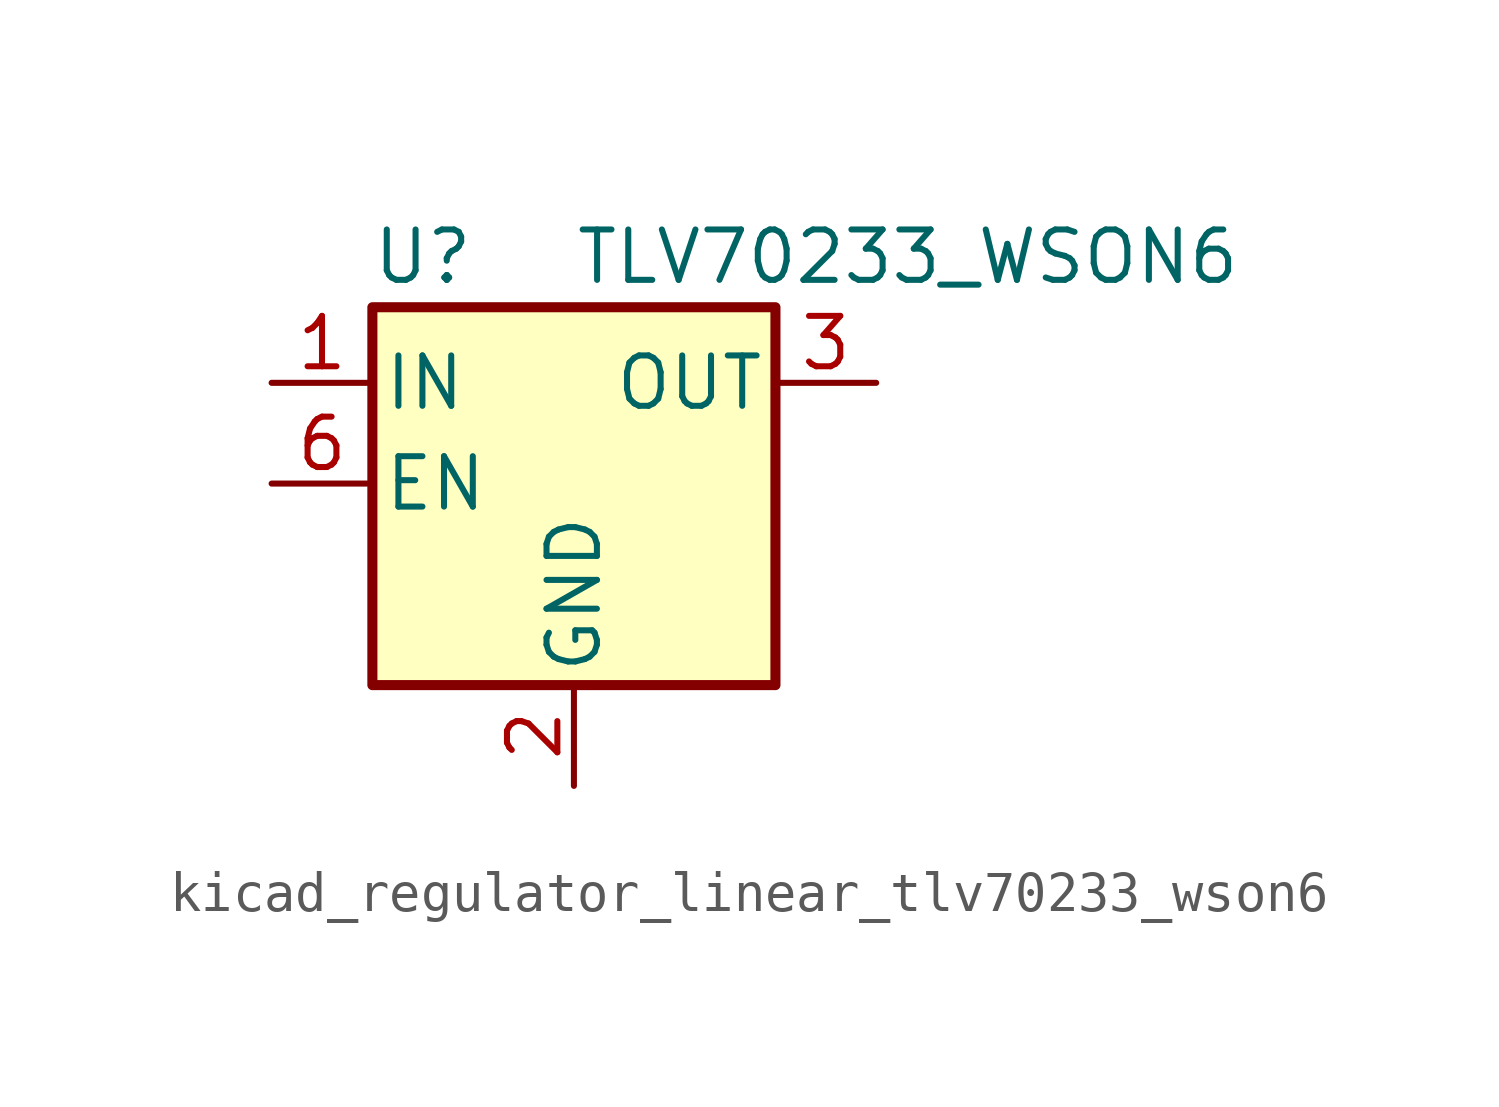
<source format=kicad_sym>
(kicad_symbol_lib
  (version 20220914)
  (generator kicad_symbol_editor)
  (symbol "kicad_regulator_linear_tlv70233_wson6"
    (pin_names
      (offset 0.254))
    (property "Reference" "U"
      (at -3.81 5.715 0)
      (effects (font (size 1.27 1.27))))
    (property "Value" "TLV70233_WSON6"
      (at 0 5.715 0)
      (effects (font (size 1.27 1.27)) (justify left)))
    (symbol "kicad_regulator_linear_tlv70233_wson6_0_1"
      (rectangle (start -5.08 4.445) (end 5.08 -5.08) (stroke (width 0.254) (type default)) (fill (type background))))
    (symbol "kicad_regulator_linear_tlv70233_wson6_1_1"
      (pin power_in line (at -7.62 2.54 0) (length 2.54) (name "IN" (effects (font (size 1.27 1.27)))) (number "1" (effects (font (size 1.27 1.27)))))
      (pin power_in line (at 0 -7.62 90) (length 2.54) (name "GND" (effects (font (size 1.27 1.27)))) (number "2" (effects (font (size 1.27 1.27)))))
      (pin power_out line (at 7.62 2.54 180) (length 2.54) (name "OUT" (effects (font (size 1.27 1.27)))) (number "3" (effects (font (size 1.27 1.27)))))
      (pin no_connect line (at 7.62 0 180) (length 2.54) hide (name "NC" (effects (font (size 1.27 1.27)))) (number "4" (effects (font (size 1.27 1.27)))))
      (pin no_connect line (at -2.54 -5.08 90) (length 2.54) hide (name "NC" (effects (font (size 1.27 1.27)))) (number "5" (effects (font (size 1.27 1.27)))))
      (pin input line (at -7.62 0 0) (length 2.54) (name "EN" (effects (font (size 1.27 1.27)))) (number "6" (effects (font (size 1.27 1.27))))))))
</source>
